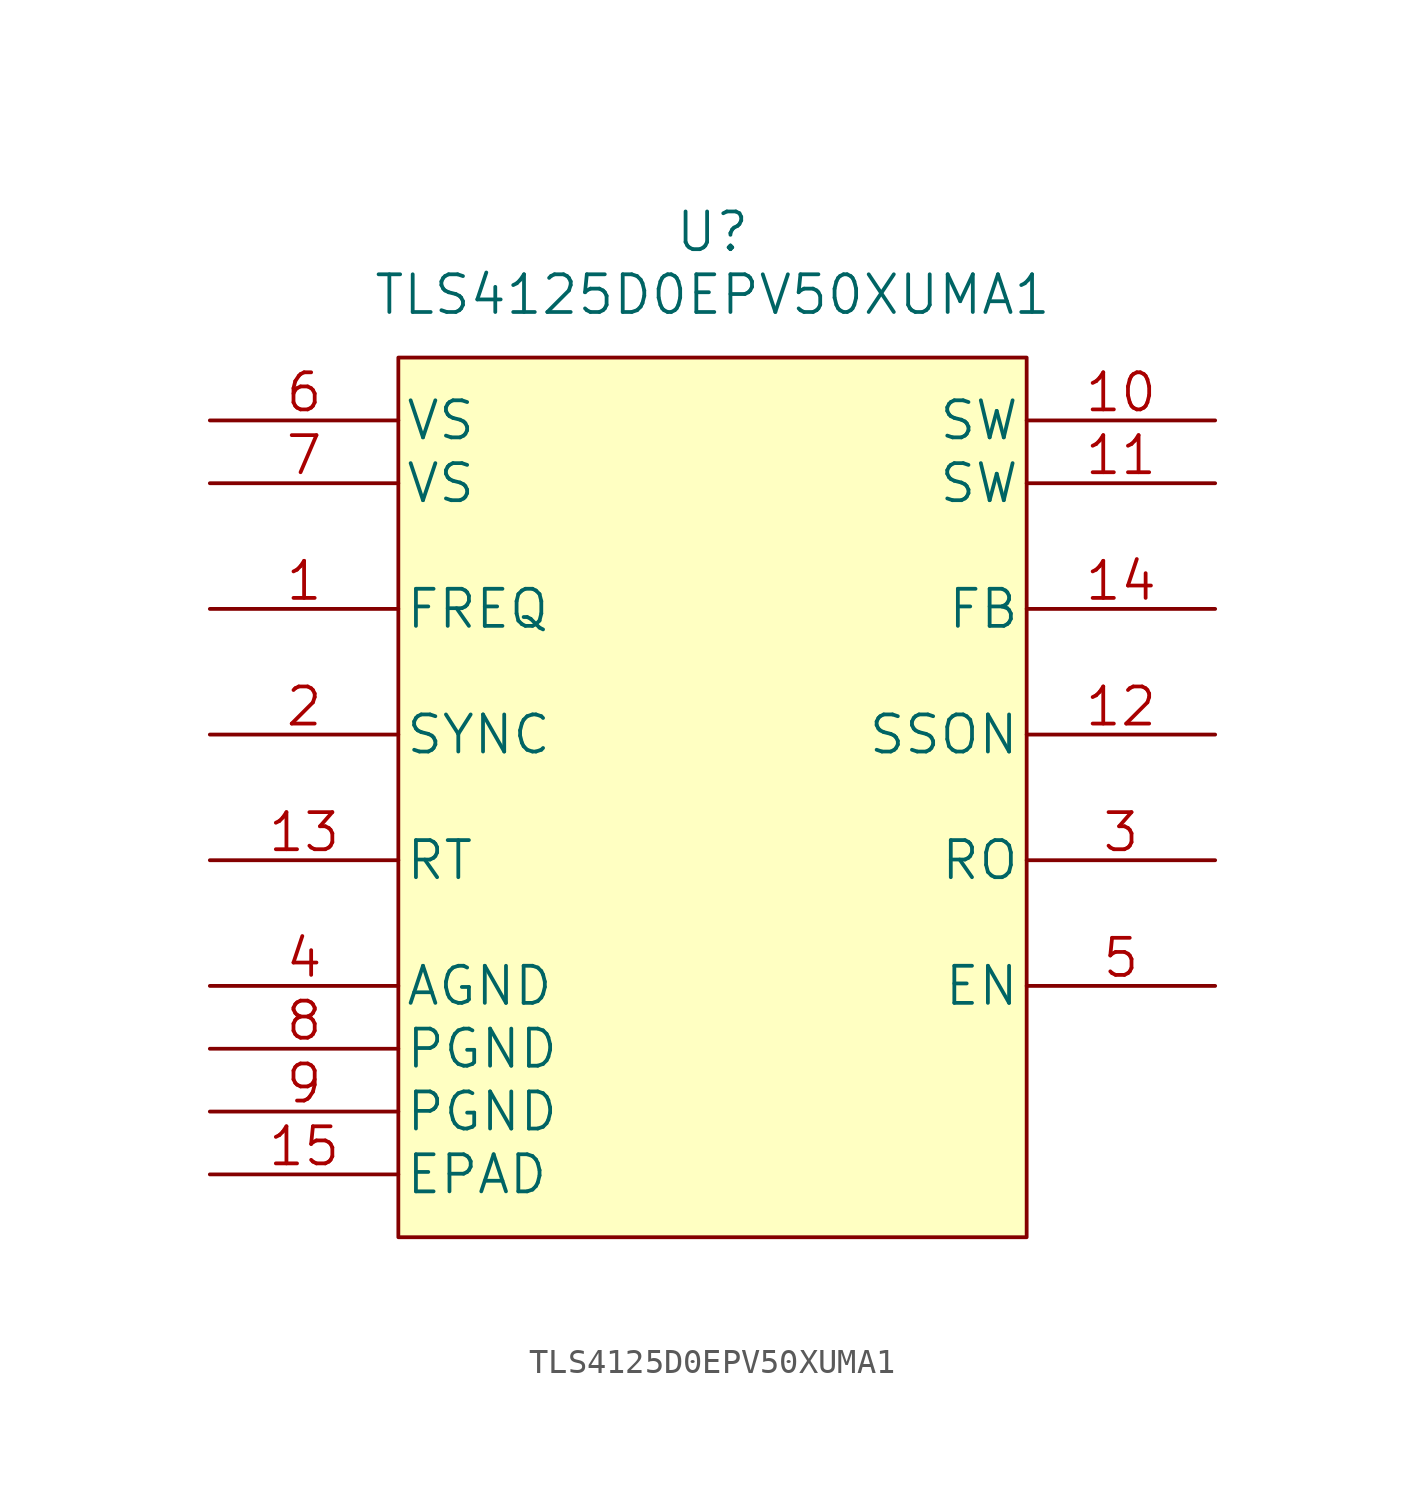
<source format=kicad_sym>
(kicad_symbol_lib
  (version 20211014)
  (generator kicad_symbol_editor)
  (symbol "TLS4125D0EPV50XUMA1"
    (pin_names
      (offset 0.254))
    (property "Reference" "U"
      (at 0 22.86 0)
      (effects (font (size 1.524 1.524))))
    (property "Value" "TLS4125D0EPV50XUMA1"
      (at 0 20.32 0)
      (effects (font (size 1.524 1.524))))
    (property "Datasheet" ""
      (at -20.32 11.43 0)
      (effects (font (size 1.524 1.524))))
    (symbol "TLS4125D0EPV50XUMA1_0_1"
      (rectangle (start -12.7 17.78) (end 12.7 -17.78) (stroke (width 0) (type default) (color 0 0 0 0)) (fill (type background))))
    (symbol "TLS4125D0EPV50XUMA1_1_1"
      (pin input line (at -20.32 7.62 0) (length 7.62) (name "FREQ" (effects (font (size 1.499 1.499)))) (number "1" (effects (font (size 1.499 1.499)))))
      (pin power_out line (at 20.32 15.24 180) (length 7.62) (name "SW" (effects (font (size 1.499 1.499)))) (number "10" (effects (font (size 1.499 1.499)))))
      (pin passive line (at 20.32 12.7 180) (length 7.62) (name "SW" (effects (font (size 1.499 1.499)))) (number "11" (effects (font (size 1.499 1.499)))))
      (pin input line (at 20.32 2.54 180) (length 7.62) (name "SSON" (effects (font (size 1.499 1.499)))) (number "12" (effects (font (size 1.499 1.499)))))
      (pin input line (at -20.32 -2.54 0) (length 7.62) (name "RT" (effects (font (size 1.499 1.499)))) (number "13" (effects (font (size 1.499 1.499)))))
      (pin input line (at 20.32 7.62 180) (length 7.62) (name "FB" (effects (font (size 1.499 1.499)))) (number "14" (effects (font (size 1.499 1.499)))))
      (pin power_in line (at -20.32 -15.24 0) (length 7.62) (name "EPAD" (effects (font (size 1.499 1.499)))) (number "15" (effects (font (size 1.499 1.499)))))
      (pin input line (at -20.32 2.54 0) (length 7.62) (name "SYNC" (effects (font (size 1.499 1.499)))) (number "2" (effects (font (size 1.499 1.499)))))
      (pin output line (at 20.32 -2.54 180) (length 7.62) (name "RO" (effects (font (size 1.499 1.499)))) (number "3" (effects (font (size 1.499 1.499)))))
      (pin power_in line (at -20.32 -7.62 0) (length 7.62) (name "AGND" (effects (font (size 1.499 1.499)))) (number "4" (effects (font (size 1.499 1.499)))))
      (pin input line (at 20.32 -7.62 180) (length 7.62) (name "EN" (effects (font (size 1.499 1.499)))) (number "5" (effects (font (size 1.499 1.499)))))
      (pin power_in line (at -20.32 15.24 0) (length 7.62) (name "VS" (effects (font (size 1.499 1.499)))) (number "6" (effects (font (size 1.499 1.499)))))
      (pin power_in line (at -20.32 12.7 0) (length 7.62) (name "VS" (effects (font (size 1.499 1.499)))) (number "7" (effects (font (size 1.499 1.499)))))
      (pin power_in line (at -20.32 -10.16 0) (length 7.62) (name "PGND" (effects (font (size 1.499 1.499)))) (number "8" (effects (font (size 1.499 1.499)))))
      (pin power_in line (at -20.32 -12.7 0) (length 7.62) (name "PGND" (effects (font (size 1.499 1.499)))) (number "9" (effects (font (size 1.499 1.499))))))))
</source>
